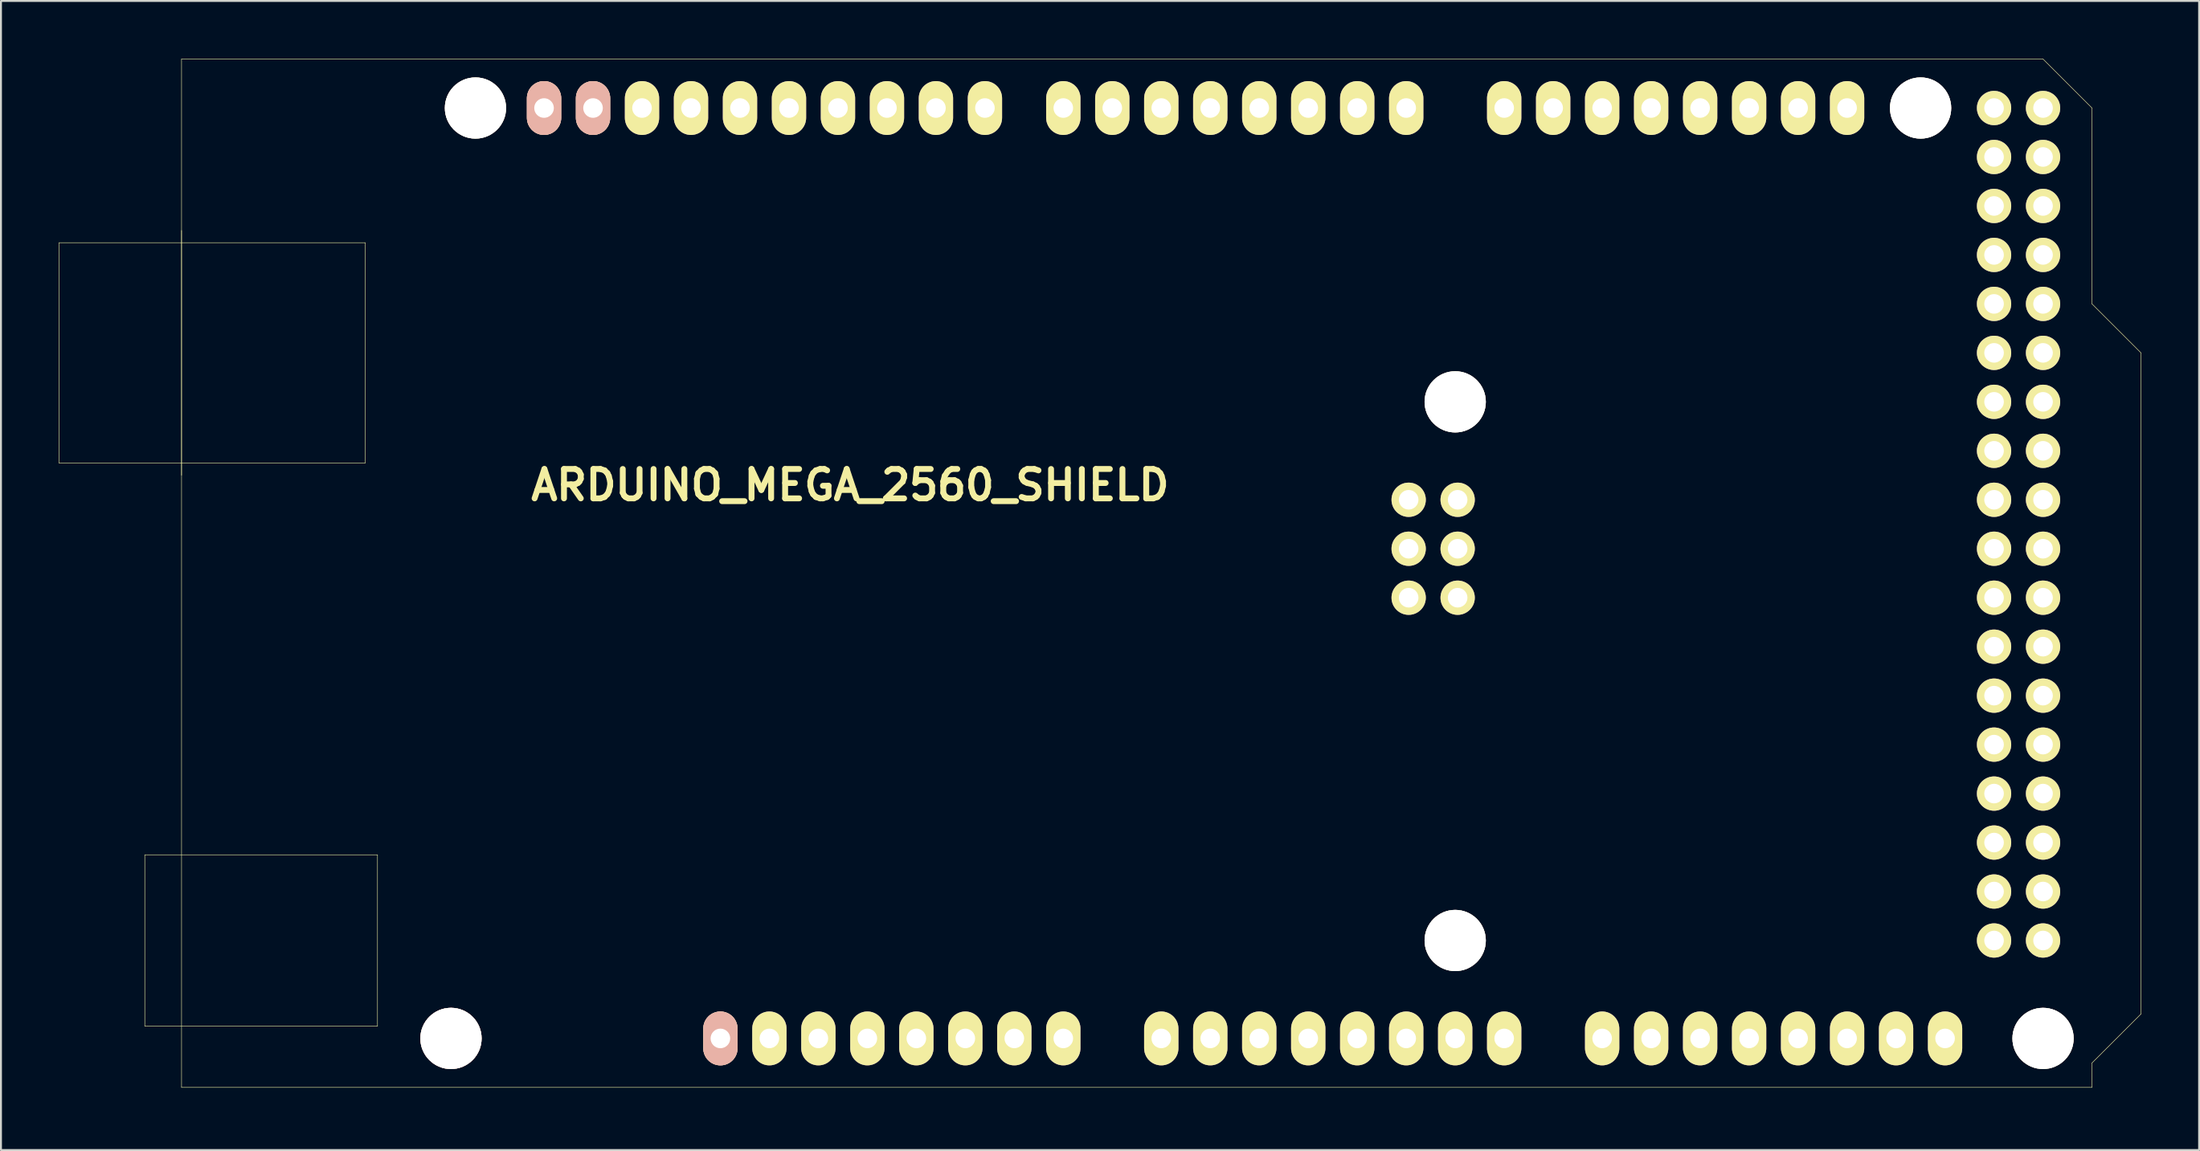
<source format=kicad_pcb>
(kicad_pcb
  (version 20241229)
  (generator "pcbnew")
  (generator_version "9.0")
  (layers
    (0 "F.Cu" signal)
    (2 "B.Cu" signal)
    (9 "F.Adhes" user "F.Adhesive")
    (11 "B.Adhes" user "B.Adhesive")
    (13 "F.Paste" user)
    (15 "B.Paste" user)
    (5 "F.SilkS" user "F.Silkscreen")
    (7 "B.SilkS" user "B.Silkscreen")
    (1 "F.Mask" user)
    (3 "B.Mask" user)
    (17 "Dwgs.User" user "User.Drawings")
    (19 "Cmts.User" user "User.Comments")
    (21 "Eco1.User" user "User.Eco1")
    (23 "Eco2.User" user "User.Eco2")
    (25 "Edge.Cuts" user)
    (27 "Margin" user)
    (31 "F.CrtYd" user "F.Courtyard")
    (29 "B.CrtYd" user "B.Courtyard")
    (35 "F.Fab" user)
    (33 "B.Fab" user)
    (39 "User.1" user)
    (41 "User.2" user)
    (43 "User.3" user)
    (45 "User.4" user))
  (footprint "ARDUINO_MEGA_2560_SHIELD"
    (layer "F.Cu")
    (at 6.363 53.353)
    (property "Reference" "ARDUINO_MEGA_2560_SHIELD" (at 34.671 -31.242 0) (layer "F.SilkS") (effects (font (size 1.524 1.524) (thickness 0.305))))
    (attr through_hole)
    (fp_line (start -6.35 -43.815) (end 9.525 -43.815) (stroke (width 0.025) (type solid)) (layer "F.SilkS"))
    (fp_line (start -6.35 -32.385) (end -6.35 -43.815) (stroke (width 0.025) (type solid)) (layer "F.SilkS"))
    (fp_line (start -1.905 -12.065) (end -1.905 -3.175) (stroke (width 0.025) (type solid)) (layer "F.SilkS"))
    (fp_line (start -1.905 -3.175) (end 10.16 -3.175) (stroke (width 0.025) (type solid)) (layer "F.SilkS"))
    (fp_line (start 0 -44.45) (end 0 -31.75) (stroke (width 0.025) (type solid)) (layer "F.SilkS"))
    (fp_line (start 0 0) (end 0 -53.34) (stroke (width 0.025) (type solid)) (layer "F.SilkS"))
    (fp_line (start 9.525 -43.815) (end 9.525 -32.385) (stroke (width 0.025) (type solid)) (layer "F.SilkS"))
    (fp_line (start 9.525 -32.385) (end -6.35 -32.385) (stroke (width 0.025) (type solid)) (layer "F.SilkS"))
    (fp_line (start 10.16 -12.065) (end -1.905 -12.065) (stroke (width 0.025) (type solid)) (layer "F.SilkS"))
    (fp_line (start 10.16 -3.175) (end 10.16 -12.065) (stroke (width 0.025) (type solid)) (layer "F.SilkS"))
    (fp_line (start 96.52 -53.34) (end 0 -53.34) (stroke (width 0.025) (type solid)) (layer "F.SilkS"))
    (fp_line (start 96.52 -53.34) (end 99.06 -50.8) (stroke (width 0.025) (type solid)) (layer "F.SilkS"))
    (fp_line (start 99.06 -50.8) (end 99.06 -40.64) (stroke (width 0.025) (type solid)) (layer "F.SilkS"))
    (fp_line (start 99.06 -40.64) (end 101.6 -38.1) (stroke (width 0.025) (type solid)) (layer "F.SilkS"))
    (fp_line (start 99.06 -1.27) (end 99.06 0) (stroke (width 0.025) (type solid)) (layer "F.SilkS"))
    (fp_line (start 99.06 0) (end 0 0) (stroke (width 0.025) (type solid)) (layer "F.SilkS"))
    (fp_line (start 101.6 -38.1) (end 101.6 -3.81) (stroke (width 0.025) (type solid)) (layer "F.SilkS"))
    (fp_line (start 101.6 -3.81) (end 99.06 -1.27) (stroke (width 0.025) (type solid)) (layer "F.SilkS"))
    (pad "" thru_hole circle (at 13.97 -2.54 90) (size 3.175 3.175) (drill 3.175) (layers "*.Cu" "*.SilkS" "*.Mask"))
    (pad "" thru_hole circle (at 15.24 -50.8 90) (size 3.175 3.175) (drill 3.175) (layers "*.Cu" "*.Mask" "F.SilkS"))
    (pad "" thru_hole circle (at 66.04 -35.56 90) (size 3.175 3.175) (drill 3.175) (layers "*.Cu" "*.Mask" "F.SilkS"))
    (pad "" thru_hole circle (at 66.04 -7.62 90) (size 3.175 3.175) (drill 3.175) (layers "*.Cu" "*.Mask" "F.SilkS"))
    (pad "" thru_hole circle (at 90.17 -50.8 90) (size 3.175 3.175) (drill 3.175) (layers "*.Cu" "*.Mask" "F.SilkS"))
    (pad "" thru_hole circle (at 96.52 -2.54 90) (size 3.175 3.175) (drill 3.175) (layers "*.Cu" "*.Mask" "F.SilkS"))
    (pad "0" thru_hole oval (at 63.5 -50.8) (size 1.778 2.794) (drill 1.016) (layers "*.Cu" "*.Mask" "F.SilkS"))
    (pad "1" thru_hole oval (at 60.96 -50.8) (size 1.778 2.794) (drill 1.016) (layers "*.Cu" "*.Mask" "F.SilkS"))
    (pad "2" thru_hole oval (at 58.42 -50.8) (size 1.778 2.794) (drill 1.016) (layers "*.Cu" "*.Mask" "F.SilkS"))
    (pad "3" thru_hole oval (at 55.88 -50.8) (size 1.778 2.794) (drill 1.016) (layers "*.Cu" "*.Mask" "F.SilkS"))
    (pad "3V3" thru_hole oval (at 35.56 -2.54) (size 1.778 2.794) (drill 1.016) (layers "*.Cu" "*.Mask" "F.SilkS"))
    (pad "4" thru_hole oval (at 53.34 -50.8) (size 1.778 2.794) (drill 1.016) (layers "*.Cu" "*.Mask" "F.SilkS"))
    (pad "5" thru_hole oval (at 50.8 -50.8) (size 1.778 2.794) (drill 1.016) (layers "*.Cu" "*.Mask" "F.SilkS"))
    (pad "5V1" thru_hole oval (at 38.1 -2.54) (size 1.778 2.794) (drill 1.016) (layers "*.Cu" "*.Mask" "F.SilkS"))
    (pad "5V2" thru_hole circle (at 93.98 -50.8) (size 1.778 1.778) (drill 1.016) (layers "*.Cu" "*.Mask" "F.SilkS"))
    (pad "5V3" thru_hole circle (at 96.52 -50.8) (size 1.778 1.778) (drill 1.016) (layers "*.Cu" "*.Mask" "F.SilkS"))
    (pad "5V4" thru_hole circle (at 66.167 -30.48) (size 1.778 1.778) (drill 1.016) (layers "*.Cu" "*.Mask" "F.SilkS"))
    (pad "6" thru_hole oval (at 48.26 -50.8) (size 1.778 2.794) (drill 1.016) (layers "*.Cu" "*.Mask" "F.SilkS"))
    (pad "7" thru_hole oval (at 45.72 -50.8) (size 1.778 2.794) (drill 1.016) (layers "*.Cu" "*.Mask" "F.SilkS"))
    (pad "8" thru_hole oval (at 41.656 -50.8) (size 1.778 2.794) (drill 1.016) (layers "*.Cu" "*.Mask" "F.SilkS"))
    (pad "9" thru_hole oval (at 39.116 -50.8) (size 1.778 2.794) (drill 1.016) (layers "*.Cu" "*.Mask" "F.SilkS"))
    (pad "10" thru_hole oval (at 36.576 -50.8) (size 1.778 2.794) (drill 1.016) (layers "*.Cu" "*.Mask" "F.SilkS"))
    (pad "11" thru_hole oval (at 34.036 -50.8) (size 1.778 2.794) (drill 1.016) (layers "*.Cu" "*.Mask" "F.SilkS"))
    (pad "12" thru_hole oval (at 31.496 -50.8) (size 1.778 2.794) (drill 1.016) (layers "*.Cu" "*.Mask" "F.SilkS"))
    (pad "13" thru_hole oval (at 28.956 -50.8) (size 1.778 2.794) (drill 1.016) (layers "*.Cu" "*.Mask" "F.SilkS"))
    (pad "14" thru_hole oval (at 68.58 -50.8) (size 1.778 2.794) (drill 1.016) (layers "*.Cu" "*.Mask" "F.SilkS"))
    (pad "15" thru_hole oval (at 71.12 -50.8) (size 1.778 2.794) (drill 1.016) (layers "*.Cu" "*.Mask" "F.SilkS"))
    (pad "16" thru_hole oval (at 73.66 -50.8) (size 1.778 2.794) (drill 1.016) (layers "*.Cu" "*.Mask" "F.SilkS"))
    (pad "17" thru_hole oval (at 76.2 -50.8) (size 1.778 2.794) (drill 1.016) (layers "*.Cu" "*.Mask" "F.SilkS"))
    (pad "18" thru_hole oval (at 78.74 -50.8) (size 1.778 2.794) (drill 1.016) (layers "*.Cu" "*.Mask" "F.SilkS"))
    (pad "19" thru_hole oval (at 81.28 -50.8) (size 1.778 2.794) (drill 1.016) (layers "*.Cu" "*.Mask" "F.SilkS"))
    (pad "20" thru_hole oval (at 83.82 -50.8) (size 1.778 2.794) (drill 1.016) (layers "*.Cu" "*.Mask" "F.SilkS"))
    (pad "21" thru_hole oval (at 86.36 -50.8) (size 1.778 2.794) (drill 1.016) (layers "*.Cu" "*.Mask" "F.SilkS"))
    (pad "22" thru_hole circle (at 93.98 -48.26) (size 1.778 1.778) (drill 1.016) (layers "*.Cu" "*.Mask" "F.SilkS"))
    (pad "23" thru_hole circle (at 96.52 -48.26) (size 1.778 1.778) (drill 1.016) (layers "*.Cu" "*.Mask" "F.SilkS"))
    (pad "24" thru_hole circle (at 93.98 -45.72) (size 1.778 1.778) (drill 1.016) (layers "*.Cu" "*.Mask" "F.SilkS"))
    (pad "25" thru_hole circle (at 96.52 -45.72) (size 1.778 1.778) (drill 1.016) (layers "*.Cu" "*.Mask" "F.SilkS"))
    (pad "26" thru_hole circle (at 93.98 -43.18) (size 1.778 1.778) (drill 1.016) (layers "*.Cu" "*.Mask" "F.SilkS"))
    (pad "27" thru_hole circle (at 96.52 -43.18) (size 1.778 1.778) (drill 1.016) (layers "*.Cu" "*.Mask" "F.SilkS"))
    (pad "28" thru_hole circle (at 93.98 -40.64) (size 1.778 1.778) (drill 1.016) (layers "*.Cu" "*.Mask" "F.SilkS"))
    (pad "29" thru_hole circle (at 96.52 -40.64) (size 1.778 1.778) (drill 1.016) (layers "*.Cu" "*.Mask" "F.SilkS"))
    (pad "30" thru_hole circle (at 93.98 -38.1) (size 1.778 1.778) (drill 1.016) (layers "*.Cu" "*.Mask" "F.SilkS"))
    (pad "31" thru_hole circle (at 96.52 -38.1) (size 1.778 1.778) (drill 1.016) (layers "*.Cu" "*.Mask" "F.SilkS"))
    (pad "32" thru_hole circle (at 93.98 -35.56) (size 1.778 1.778) (drill 1.016) (layers "*.Cu" "*.Mask" "F.SilkS"))
    (pad "33" thru_hole circle (at 96.52 -35.56) (size 1.778 1.778) (drill 1.016) (layers "*.Cu" "*.Mask" "F.SilkS"))
    (pad "34" thru_hole circle (at 93.98 -33.02) (size 1.778 1.778) (drill 1.016) (layers "*.Cu" "*.Mask" "F.SilkS"))
    (pad "35" thru_hole circle (at 96.52 -33.02) (size 1.778 1.778) (drill 1.016) (layers "*.Cu" "*.Mask" "F.SilkS"))
    (pad "36" thru_hole circle (at 93.98 -30.48) (size 1.778 1.778) (drill 1.016) (layers "*.Cu" "*.Mask" "F.SilkS"))
    (pad "37" thru_hole circle (at 96.52 -30.48) (size 1.778 1.778) (drill 1.016) (layers "*.Cu" "*.Mask" "F.SilkS"))
    (pad "38" thru_hole circle (at 93.98 -27.94) (size 1.778 1.778) (drill 1.016) (layers "*.Cu" "*.Mask" "F.SilkS"))
    (pad "39" thru_hole circle (at 96.52 -27.94) (size 1.778 1.778) (drill 1.016) (layers "*.Cu" "*.Mask" "F.SilkS"))
    (pad "40" thru_hole circle (at 93.98 -25.4) (size 1.778 1.778) (drill 1.016) (layers "*.Cu" "*.Mask" "F.SilkS"))
    (pad "41" thru_hole circle (at 96.52 -25.4) (size 1.778 1.778) (drill 1.016) (layers "*.Cu" "*.Mask" "F.SilkS"))
    (pad "42" thru_hole circle (at 93.98 -22.86) (size 1.778 1.778) (drill 1.016) (layers "*.Cu" "*.Mask" "F.SilkS"))
    (pad "43" thru_hole circle (at 96.52 -22.86) (size 1.778 1.778) (drill 1.016) (layers "*.Cu" "*.Mask" "F.SilkS"))
    (pad "44" thru_hole circle (at 93.98 -20.32) (size 1.778 1.778) (drill 1.016) (layers "*.Cu" "*.Mask" "F.SilkS"))
    (pad "45" thru_hole circle (at 96.52 -20.32) (size 1.778 1.778) (drill 1.016) (layers "*.Cu" "*.Mask" "F.SilkS"))
    (pad "46" thru_hole circle (at 93.98 -17.78) (size 1.778 1.778) (drill 1.016) (layers "*.Cu" "*.Mask" "F.SilkS"))
    (pad "47" thru_hole circle (at 96.52 -17.78) (size 1.778 1.778) (drill 1.016) (layers "*.Cu" "*.Mask" "F.SilkS"))
    (pad "48" thru_hole circle (at 93.98 -15.24) (size 1.778 1.778) (drill 1.016) (layers "*.Cu" "*.Mask" "F.SilkS"))
    (pad "49" thru_hole circle (at 96.52 -15.24) (size 1.778 1.778) (drill 1.016) (layers "*.Cu" "*.Mask" "F.SilkS"))
    (pad "50" thru_hole circle (at 93.98 -12.7) (size 1.778 1.778) (drill 1.016) (layers "*.Cu" "*.Mask" "F.SilkS"))
    (pad "51" thru_hole circle (at 96.52 -12.7) (size 1.778 1.778) (drill 1.016) (layers "*.Cu" "*.Mask" "F.SilkS"))
    (pad "52" thru_hole circle (at 93.98 -10.16) (size 1.778 1.778) (drill 1.016) (layers "*.Cu" "*.Mask" "F.SilkS"))
    (pad "53" thru_hole circle (at 96.52 -10.16) (size 1.778 1.778) (drill 1.016) (layers "*.Cu" "*.Mask" "F.SilkS"))
    (pad "AD0" thru_hole oval (at 50.8 -2.54) (size 1.778 2.794) (drill 1.016) (layers "*.Cu" "*.Mask" "F.SilkS"))
    (pad "AD1" thru_hole oval (at 53.34 -2.54) (size 1.778 2.794) (drill 1.016) (layers "*.Cu" "*.Mask" "F.SilkS"))
    (pad "AD2" thru_hole oval (at 55.88 -2.54) (size 1.778 2.794) (drill 1.016) (layers "*.Cu" "*.Mask" "F.SilkS"))
    (pad "AD3" thru_hole oval (at 58.42 -2.54) (size 1.778 2.794) (drill 1.016) (layers "*.Cu" "*.Mask" "F.SilkS"))
    (pad "AD4" thru_hole oval (at 60.96 -2.54) (size 1.778 2.794) (drill 1.016) (layers "*.Cu" "*.Mask" "F.SilkS"))
    (pad "AD5" thru_hole oval (at 63.5 -2.54) (size 1.778 2.794) (drill 1.016) (layers "*.Cu" "*.Mask" "F.SilkS"))
    (pad "AD6" thru_hole oval (at 66.04 -2.54) (size 1.778 2.794) (drill 1.016) (layers "*.Cu" "*.Mask" "F.SilkS"))
    (pad "AD7" thru_hole oval (at 68.58 -2.54) (size 1.778 2.794) (drill 1.016) (layers "*.Cu" "*.Mask" "F.SilkS"))
    (pad "AD8" thru_hole oval (at 73.66 -2.54) (size 1.778 2.794) (drill 1.016) (layers "*.Cu" "*.Mask" "F.SilkS"))
    (pad "AD9" thru_hole oval (at 76.2 -2.54) (size 1.778 2.794) (drill 1.016) (layers "*.Cu" "*.Mask" "F.SilkS"))
    (pad "AD10" thru_hole oval (at 78.74 -2.54) (size 1.778 2.794) (drill 1.016) (layers "*.Cu" "*.Mask" "F.SilkS"))
    (pad "AD11" thru_hole oval (at 81.28 -2.54) (size 1.778 2.794) (drill 1.016) (layers "*.Cu" "*.Mask" "F.SilkS"))
    (pad "AD12" thru_hole oval (at 83.82 -2.54) (size 1.778 2.794) (drill 1.016) (layers "*.Cu" "*.Mask" "F.SilkS"))
    (pad "AD13" thru_hole oval (at 86.36 -2.54) (size 1.778 2.794) (drill 1.016) (layers "*.Cu" "*.Mask" "F.SilkS"))
    (pad "AD14" thru_hole oval (at 88.9 -2.54) (size 1.778 2.794) (drill 1.016) (layers "*.Cu" "*.Mask" "F.SilkS"))
    (pad "AD15" thru_hole oval (at 91.44 -2.54) (size 1.778 2.794) (drill 1.016) (layers "*.Cu" "*.Mask" "F.SilkS"))
    (pad "AREF" thru_hole oval (at 23.876 -50.8) (size 1.778 2.794) (drill 1.016) (layers "*.Cu" "*.Mask" "F.SilkS"))
    (pad "GND1" thru_hole oval (at 40.64 -2.54) (size 1.778 2.794) (drill 1.016) (layers "*.Cu" "*.Mask" "F.SilkS"))
    (pad "GND2" thru_hole oval (at 43.18 -2.54) (size 1.778 2.794) (drill 1.016) (layers "*.Cu" "*.Mask" "F.SilkS"))
    (pad "GND3" thru_hole oval (at 26.416 -50.8) (size 1.778 2.794) (drill 1.016) (layers "*.Cu" "*.Mask" "F.SilkS"))
    (pad "GND4" thru_hole circle (at 93.98 -7.62) (size 1.778 1.778) (drill 1.016) (layers "*.Cu" "*.Mask" "F.SilkS"))
    (pad "GND5" thru_hole circle (at 96.52 -7.62) (size 1.778 1.778) (drill 1.016) (layers "*.Cu" "*.Mask" "F.SilkS"))
    (pad "GND6" thru_hole circle (at 66.167 -25.4) (size 1.778 1.778) (drill 1.016) (layers "*.Cu" "*.Mask" "F.SilkS"))
    (pad "IORE" thru_hole oval (at 30.48 -2.54) (size 1.778 2.794) (drill 1.016) (layers "*.Cu" "*.Mask" "F.SilkS"))
    (pad "MISO" thru_hole circle (at 63.627 -30.48) (size 1.778 1.778) (drill 1.016) (layers "*.Cu" "*.Mask" "F.SilkS"))
    (pad "MOSI" thru_hole circle (at 66.167 -27.94) (size 1.778 1.778) (drill 1.016) (layers "*.Cu" "*.Mask" "F.SilkS"))
    (pad "NC" thru_hole oval (at 27.94 -2.54) (size 1.778 2.794) (drill 1.016) (layers "*.Cu" "*.SilkS" "*.Mask"))
    (pad "RST1" thru_hole oval (at 33.02 -2.54) (size 1.778 2.794) (drill 1.016) (layers "*.Cu" "*.Mask" "F.SilkS"))
    (pad "RST2" thru_hole circle (at 63.627 -25.4) (size 1.778 1.778) (drill 1.016) (layers "*.Cu" "*.Mask" "F.SilkS"))
    (pad "SCK" thru_hole circle (at 63.627 -27.94) (size 1.778 1.778) (drill 1.016) (layers "*.Cu" "*.Mask" "F.SilkS"))
    (pad "SCL3" thru_hole oval (at 18.796 -50.8) (size 1.778 2.794) (drill 1.016) (layers "*.Cu" "*.SilkS" "*.Mask"))
    (pad "SDA3" thru_hole oval (at 21.336 -50.8) (size 1.778 2.794) (drill 1.016) (layers "*.Cu" "*.SilkS" "*.Mask"))
    (pad "V_IN" thru_hole oval (at 45.72 -2.54) (size 1.778 2.794) (drill 1.016) (layers "*.Cu" "*.Mask" "F.SilkS")))
  (gr_rect
    (start -3 -3)
    (end 110.975 56.603)
    (stroke (width 0.1) (type default))
    (fill no)
    (layer "Edge.Cuts")))
</source>
